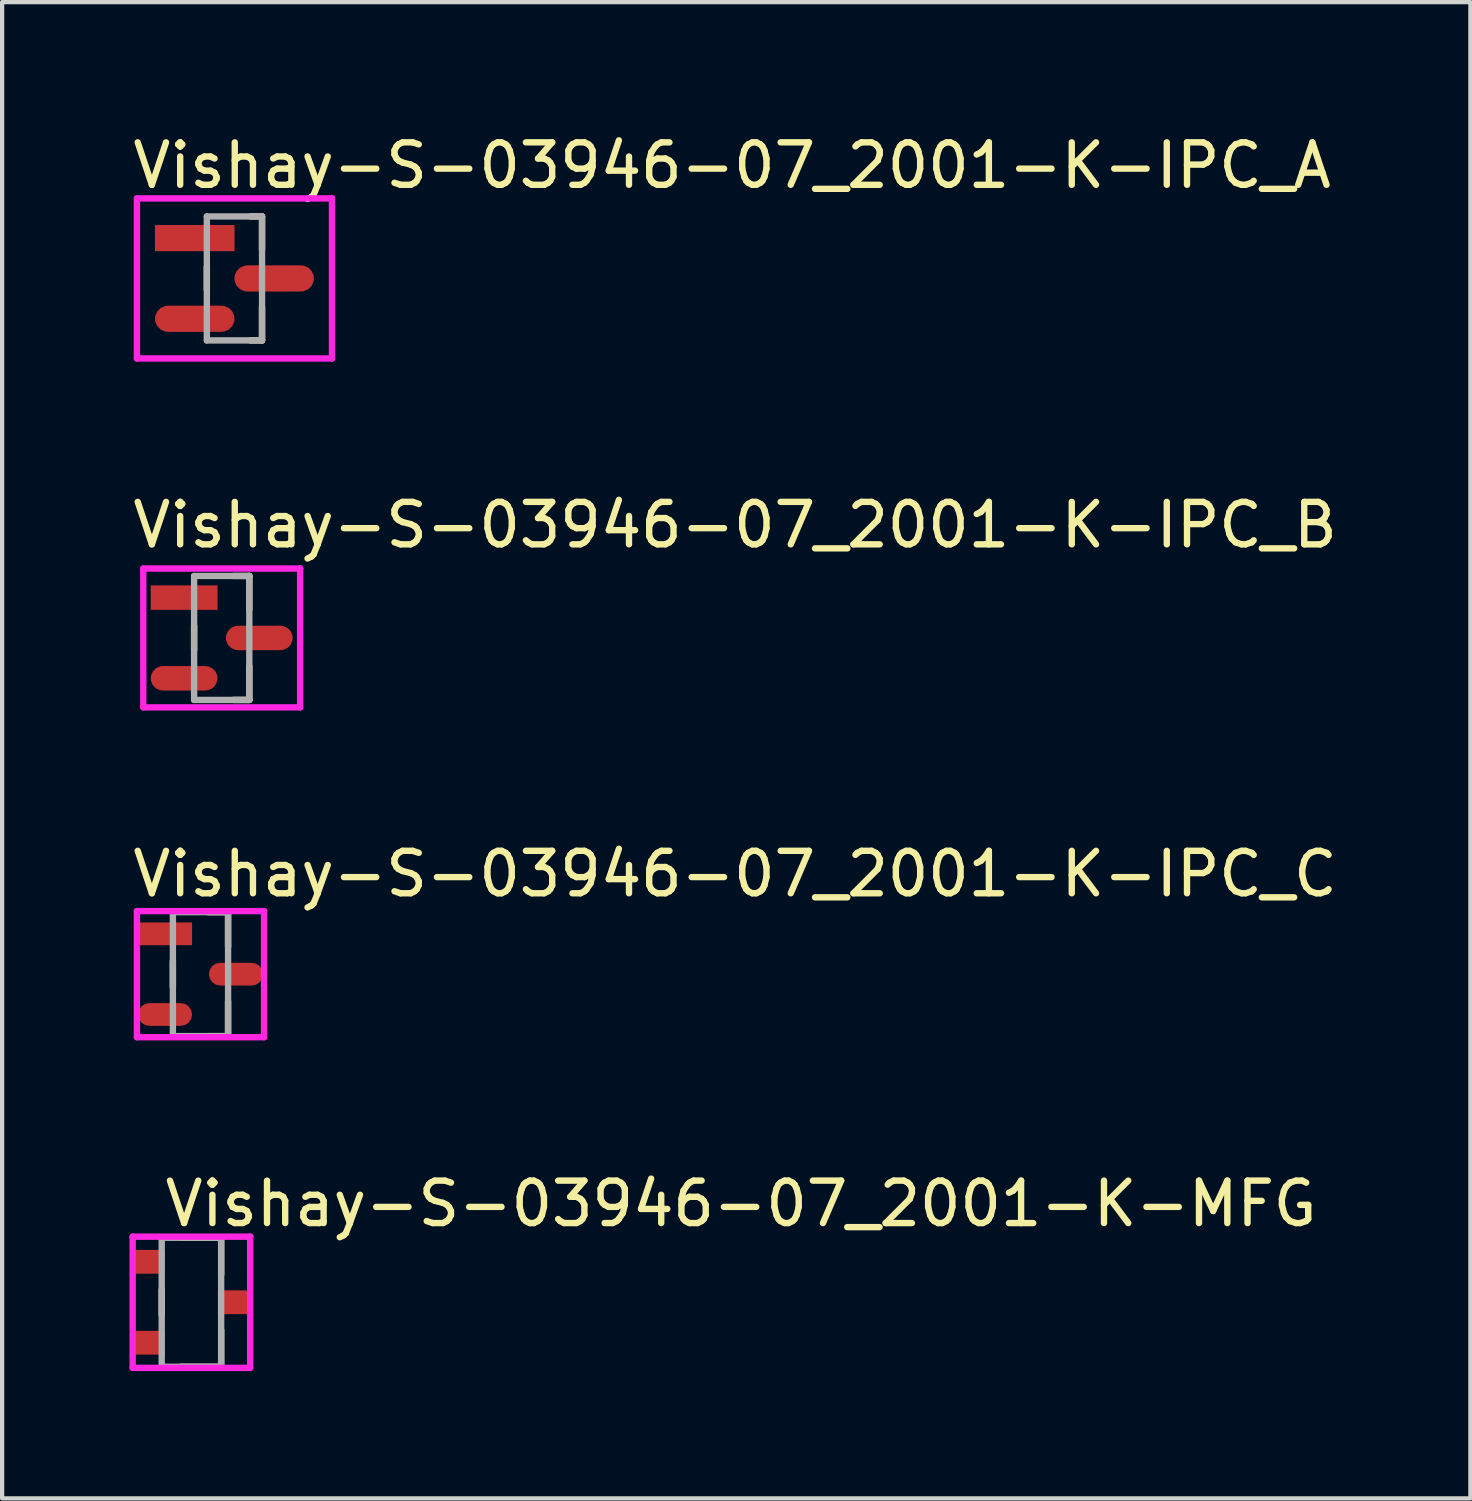
<source format=kicad_pcb>
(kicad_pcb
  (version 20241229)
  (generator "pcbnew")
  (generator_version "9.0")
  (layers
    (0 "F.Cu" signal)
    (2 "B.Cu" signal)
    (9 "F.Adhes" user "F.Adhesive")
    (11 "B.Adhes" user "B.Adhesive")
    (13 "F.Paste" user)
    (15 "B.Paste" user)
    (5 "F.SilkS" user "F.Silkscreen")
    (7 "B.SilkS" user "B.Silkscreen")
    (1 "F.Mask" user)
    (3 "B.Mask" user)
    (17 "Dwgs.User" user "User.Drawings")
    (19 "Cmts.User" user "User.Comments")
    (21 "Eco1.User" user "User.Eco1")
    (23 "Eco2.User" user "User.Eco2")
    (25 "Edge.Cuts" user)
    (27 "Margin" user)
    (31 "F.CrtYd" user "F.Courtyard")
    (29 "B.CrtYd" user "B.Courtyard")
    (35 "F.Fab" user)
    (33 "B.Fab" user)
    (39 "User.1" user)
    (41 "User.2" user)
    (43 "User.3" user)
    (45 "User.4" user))
  (footprint "Vishay-S-03946-07_2001-K-IPC_B"
    (layer "F.Cu")
    (at 2.172 11.976)
    (property "Reference" "Vishay-S-03946-07_2001-K-IPC_B" (at -2.172 -2.66 0) (layer "F.SilkS") (effects (font (size 1 1) (thickness 0.15)) (justify left)))
    (attr through_hole)
    (fp_line (start -0.65 0.287) (end -0.65 -0.287) (stroke (width 0.15) (type solid)) (layer "F.SilkS"))
    (fp_line (start 0.277 -1.46) (end 0.65 -1.46) (stroke (width 0.15) (type solid)) (layer "F.SilkS"))
    (fp_line (start 0.277 1.46) (end 0.65 1.46) (stroke (width 0.15) (type solid)) (layer "F.SilkS"))
    (fp_line (start 0.65 -0.663) (end 0.65 -1.46) (stroke (width 0.15) (type solid)) (layer "F.SilkS"))
    (fp_line (start 0.65 1.46) (end 0.65 0.663) (stroke (width 0.15) (type solid)) (layer "F.SilkS"))
    (fp_line (start -1.847 -1.635) (end -1.847 1.635) (stroke (width 0.15) (type solid)) (layer "F.CrtYd"))
    (fp_line (start -1.847 1.635) (end 1.847 1.635) (stroke (width 0.15) (type solid)) (layer "F.CrtYd"))
    (fp_line (start 1.847 -1.635) (end -1.847 -1.635) (stroke (width 0.15) (type solid)) (layer "F.CrtYd"))
    (fp_line (start 1.847 -1.635) (end 1.847 -1.635) (stroke (width 0.15) (type solid)) (layer "F.CrtYd"))
    (fp_line (start 1.847 1.635) (end 1.847 -1.635) (stroke (width 0.15) (type solid)) (layer "F.CrtYd"))
    (fp_line (start -0.65 -1.46) (end 0.65 -1.46) (stroke (width 0.15) (type solid)) (layer "F.Fab"))
    (fp_line (start -0.65 1.46) (end -0.65 -1.46) (stroke (width 0.15) (type solid)) (layer "F.Fab"))
    (fp_line (start 0.65 -1.46) (end 0.65 1.46) (stroke (width 0.15) (type solid)) (layer "F.Fab"))
    (fp_line (start 0.65 1.46) (end -0.65 1.46) (stroke (width 0.15) (type solid)) (layer "F.Fab"))
    (pad "1" smd rect (at -0.885 -0.95) (size 1.574 0.576) (layers "F.Cu" "F.Mask" "F.Paste"))
    (pad "2" smd roundrect (at -0.885 0.95) (size 1.574 0.576) (layers "F.Cu" "F.Mask" "F.Paste") (roundrect_rratio 0.5))
    (pad "3" smd roundrect (at 0.885 0.000001) (size 1.574 0.576) (layers "F.Cu" "F.Mask" "F.Paste") (roundrect_rratio 0.5)))
  (footprint "Vishay-S-03946-07_2001-K-IPC_A"
    (layer "F.Cu")
    (at 2.472 3.508)
    (property "Reference" "Vishay-S-03946-07_2001-K-IPC_A" (at -2.472 -2.66 0) (layer "F.SilkS") (effects (font (size 1 1) (thickness 0.15)) (justify left)))
    (attr through_hole)
    (fp_line (start -0.65 0.267) (end -0.65 -0.267) (stroke (width 0.15) (type solid)) (layer "F.SilkS"))
    (fp_line (start 0.377 -1.46) (end 0.65 -1.46) (stroke (width 0.15) (type solid)) (layer "F.SilkS"))
    (fp_line (start 0.377 1.46) (end 0.65 1.46) (stroke (width 0.15) (type solid)) (layer "F.SilkS"))
    (fp_line (start 0.65 -0.683) (end 0.65 -1.46) (stroke (width 0.15) (type solid)) (layer "F.SilkS"))
    (fp_line (start 0.65 1.46) (end 0.65 0.683) (stroke (width 0.15) (type solid)) (layer "F.SilkS"))
    (fp_line (start -2.297 -1.885) (end -2.297 1.885) (stroke (width 0.15) (type solid)) (layer "F.CrtYd"))
    (fp_line (start -2.297 1.885) (end 2.297 1.885) (stroke (width 0.15) (type solid)) (layer "F.CrtYd"))
    (fp_line (start 2.297 -1.885) (end -2.297 -1.885) (stroke (width 0.15) (type solid)) (layer "F.CrtYd"))
    (fp_line (start 2.297 -1.885) (end 2.297 -1.885) (stroke (width 0.15) (type solid)) (layer "F.CrtYd"))
    (fp_line (start 2.297 1.885) (end 2.297 -1.885) (stroke (width 0.15) (type solid)) (layer "F.CrtYd"))
    (fp_line (start -0.65 -1.46) (end 0.65 -1.46) (stroke (width 0.15) (type solid)) (layer "F.Fab"))
    (fp_line (start -0.65 1.46) (end -0.65 -1.46) (stroke (width 0.15) (type solid)) (layer "F.Fab"))
    (fp_line (start 0.65 -1.46) (end 0.65 1.46) (stroke (width 0.15) (type solid)) (layer "F.Fab"))
    (fp_line (start 0.65 1.46) (end -0.65 1.46) (stroke (width 0.15) (type solid)) (layer "F.Fab"))
    (pad "1" smd rect (at -0.935 -0.95) (size 1.874 0.616) (layers "F.Cu" "F.Mask" "F.Paste"))
    (pad "2" smd roundrect (at -0.935 0.95) (size 1.874 0.616) (layers "F.Cu" "F.Mask" "F.Paste") (roundrect_rratio 0.5))
    (pad "3" smd roundrect (at 0.935 0.000001) (size 1.874 0.616) (layers "F.Cu" "F.Mask" "F.Paste") (roundrect_rratio 0.5)))
  (footprint "Vishay-S-03946-07_2001-K-MFG"
    (layer "F.Cu")
    (at 1.459 27.623)
    (property "Reference" "Vishay-S-03946-07_2001-K-MFG" (at -0.7 -2.32 0) (layer "F.SilkS") (effects (font (size 1 1) (thickness 0.15)) (justify left)))
    (attr through_hole)
    (fp_line (start -0.7 0.298) (end -0.7 -0.298) (stroke (width 0.15) (type solid)) (layer "F.SilkS"))
    (fp_line (start -0.247 -1.52) (end 0.7 -1.52) (stroke (width 0.15) (type solid)) (layer "F.SilkS"))
    (fp_line (start -0.247 1.52) (end 0.7 1.52) (stroke (width 0.15) (type solid)) (layer "F.SilkS"))
    (fp_line (start 0.7 -0.654) (end 0.7 -1.52) (stroke (width 0.15) (type solid)) (layer "F.SilkS"))
    (fp_line (start 0.7 1.52) (end 0.7 0.654) (stroke (width 0.15) (type solid)) (layer "F.SilkS"))
    (fp_line (start -1.384 -1.545) (end -1.384 1.545) (stroke (width 0.15) (type solid)) (layer "F.CrtYd"))
    (fp_line (start -1.384 1.545) (end 1.384 1.545) (stroke (width 0.15) (type solid)) (layer "F.CrtYd"))
    (fp_line (start 1.384 -1.545) (end -1.384 -1.545) (stroke (width 0.15) (type solid)) (layer "F.CrtYd"))
    (fp_line (start 1.384 -1.545) (end 1.384 -1.545) (stroke (width 0.15) (type solid)) (layer "F.CrtYd"))
    (fp_line (start 1.384 1.545) (end 1.384 -1.545) (stroke (width 0.15) (type solid)) (layer "F.CrtYd"))
    (fp_line (start -0.7 -1.52) (end 0.7 -1.52) (stroke (width 0.15) (type solid)) (layer "F.Fab"))
    (fp_line (start -0.7 1.52) (end -0.7 -1.52) (stroke (width 0.15) (type solid)) (layer "F.Fab"))
    (fp_line (start 0.7 -1.52) (end 0.7 1.52) (stroke (width 0.15) (type solid)) (layer "F.Fab"))
    (fp_line (start 0.7 1.52) (end -0.7 1.52) (stroke (width 0.15) (type solid)) (layer "F.Fab"))
    (pad "1" smd rect (at -0.991 -0.953) (size 0.737 0.559) (layers "F.Cu" "F.Mask" "F.Paste"))
    (pad "2" smd rect (at -0.991 0.953) (size 0.737 0.559) (layers "F.Cu" "F.Mask" "F.Paste"))
    (pad "3" smd rect (at 0.991 0) (size 0.737 0.559) (layers "F.Cu" "F.Mask" "F.Paste")))
  (footprint "Vishay-S-03946-07_2001-K-IPC_C"
    (layer "F.Cu")
    (at 1.672 19.895)
    (property "Reference" "Vishay-S-03946-07_2001-K-IPC_C" (at -1.672 -2.36 0) (layer "F.SilkS") (effects (font (size 1 1) (thickness 0.15)) (justify left)))
    (attr through_hole)
    (fp_line (start -0.65 0.307) (end -0.65 -0.307) (stroke (width 0.15) (type solid)) (layer "F.SilkS"))
    (fp_line (start 0.177 -1.46) (end 0.65 -1.46) (stroke (width 0.15) (type solid)) (layer "F.SilkS"))
    (fp_line (start 0.177 1.46) (end 0.65 1.46) (stroke (width 0.15) (type solid)) (layer "F.SilkS"))
    (fp_line (start 0.65 -0.643) (end 0.65 -1.46) (stroke (width 0.15) (type solid)) (layer "F.SilkS"))
    (fp_line (start 0.65 1.46) (end 0.65 0.643) (stroke (width 0.15) (type solid)) (layer "F.SilkS"))
    (fp_line (start -1.497 -1.485) (end -1.497 1.485) (stroke (width 0.15) (type solid)) (layer "F.CrtYd"))
    (fp_line (start -1.497 1.485) (end 1.497 1.485) (stroke (width 0.15) (type solid)) (layer "F.CrtYd"))
    (fp_line (start 1.497 -1.485) (end -1.497 -1.485) (stroke (width 0.15) (type solid)) (layer "F.CrtYd"))
    (fp_line (start 1.497 -1.485) (end 1.497 -1.485) (stroke (width 0.15) (type solid)) (layer "F.CrtYd"))
    (fp_line (start 1.497 1.485) (end 1.497 -1.485) (stroke (width 0.15) (type solid)) (layer "F.CrtYd"))
    (fp_line (start -0.65 -1.46) (end 0.65 -1.46) (stroke (width 0.15) (type solid)) (layer "F.Fab"))
    (fp_line (start -0.65 1.46) (end -0.65 -1.46) (stroke (width 0.15) (type solid)) (layer "F.Fab"))
    (fp_line (start 0.65 -1.46) (end 0.65 1.46) (stroke (width 0.15) (type solid)) (layer "F.Fab"))
    (fp_line (start 0.65 1.46) (end -0.65 1.46) (stroke (width 0.15) (type solid)) (layer "F.Fab"))
    (pad "1" smd rect (at -0.835 -0.95) (size 1.274 0.536) (layers "F.Cu" "F.Mask" "F.Paste"))
    (pad "2" smd roundrect (at -0.835 0.95) (size 1.274 0.536) (layers "F.Cu" "F.Mask" "F.Paste") (roundrect_rratio 0.5))
    (pad "3" smd roundrect (at 0.835 0.000001) (size 1.274 0.536) (layers "F.Cu" "F.Mask" "F.Paste") (roundrect_rratio 0.5)))
  (gr_rect
    (start -3 -3)
    (end 31.583 32.243)
    (stroke (width 0.1) (type default))
    (fill no)
    (layer "Edge.Cuts")))
</source>
